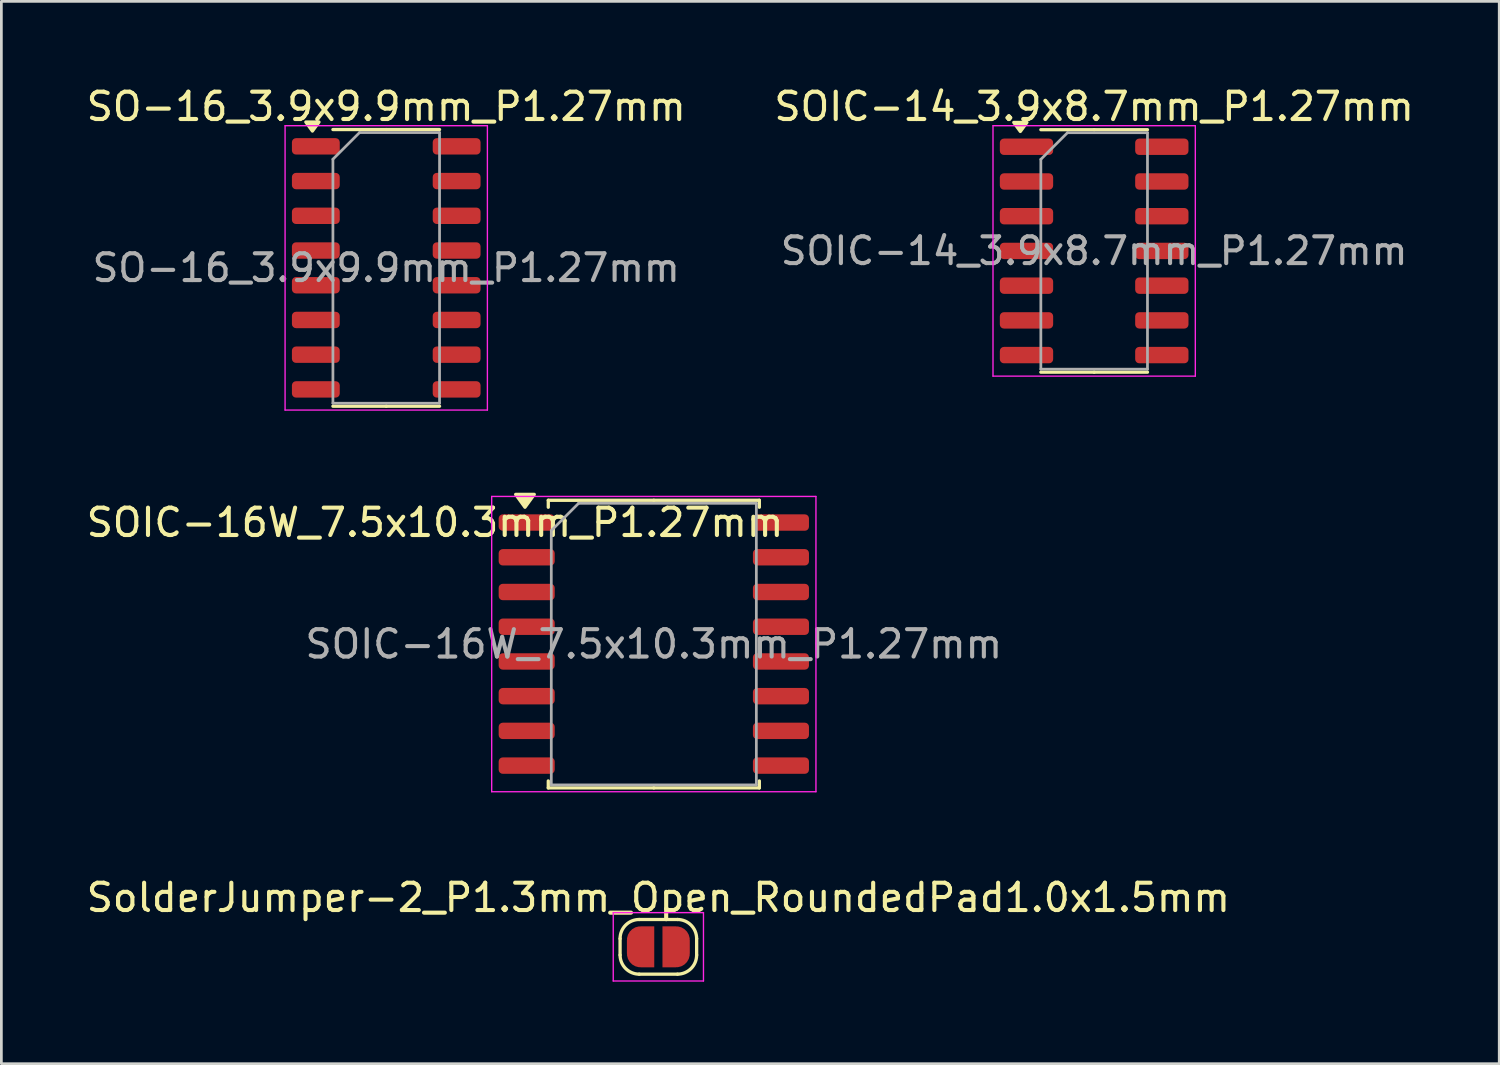
<source format=kicad_pcb>
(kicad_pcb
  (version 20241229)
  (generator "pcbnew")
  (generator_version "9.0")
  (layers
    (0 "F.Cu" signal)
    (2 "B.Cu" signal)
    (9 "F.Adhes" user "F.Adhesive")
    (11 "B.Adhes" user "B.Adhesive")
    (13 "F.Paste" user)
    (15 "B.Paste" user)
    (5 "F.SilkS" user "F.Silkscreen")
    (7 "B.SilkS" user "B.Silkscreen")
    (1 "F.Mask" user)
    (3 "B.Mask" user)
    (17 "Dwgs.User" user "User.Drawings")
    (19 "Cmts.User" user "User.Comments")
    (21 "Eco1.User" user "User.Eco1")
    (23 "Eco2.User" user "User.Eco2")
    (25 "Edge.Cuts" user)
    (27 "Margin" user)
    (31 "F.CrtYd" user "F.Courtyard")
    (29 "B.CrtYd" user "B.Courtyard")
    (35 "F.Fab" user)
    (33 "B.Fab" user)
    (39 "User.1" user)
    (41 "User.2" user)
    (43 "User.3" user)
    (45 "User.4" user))
  (footprint "SOIC-14_3.9x8.7mm_P1.27mm"
    (layer "F.Cu")
    (at 36.97 6.128)
    (property "Reference" "SOIC-14_3.9x8.7mm_P1.27mm" (at 0 -5.28 0) (layer "F.SilkS") (effects (font (size 1 1) (thickness 0.15))))
    (attr smd)
    (fp_line (start 0 -4.435) (end -1.95 -4.435) (stroke (width 0.12) (type solid)) (layer "F.SilkS"))
    (fp_line (start 0 -4.435) (end 1.95 -4.435) (stroke (width 0.12) (type solid)) (layer "F.SilkS"))
    (fp_line (start 0 4.435) (end -1.95 4.435) (stroke (width 0.12) (type solid)) (layer "F.SilkS"))
    (fp_line (start 0 4.435) (end 1.95 4.435) (stroke (width 0.12) (type solid)) (layer "F.SilkS"))
    (fp_poly (pts (xy -2.7 -4.37) (xy -2.94 -4.7) (xy -2.46 -4.7) (xy -2.7 -4.37)) (stroke (width 0.12) (type solid)) (fill yes) (layer "F.SilkS"))
    (fp_line (start -3.7 -4.58) (end -3.7 4.58) (stroke (width 0.05) (type solid)) (layer "F.CrtYd"))
    (fp_line (start -3.7 4.58) (end 3.7 4.58) (stroke (width 0.05) (type solid)) (layer "F.CrtYd"))
    (fp_line (start 3.7 -4.58) (end -3.7 -4.58) (stroke (width 0.05) (type solid)) (layer "F.CrtYd"))
    (fp_line (start 3.7 4.58) (end 3.7 -4.58) (stroke (width 0.05) (type solid)) (layer "F.CrtYd"))
    (fp_line (start -1.95 -3.35) (end -0.975 -4.325) (stroke (width 0.1) (type solid)) (layer "F.Fab"))
    (fp_line (start -1.95 4.325) (end -1.95 -3.35) (stroke (width 0.1) (type solid)) (layer "F.Fab"))
    (fp_line (start -0.975 -4.325) (end 1.95 -4.325) (stroke (width 0.1) (type solid)) (layer "F.Fab"))
    (fp_line (start 1.95 -4.325) (end 1.95 4.325) (stroke (width 0.1) (type solid)) (layer "F.Fab"))
    (fp_line (start 1.95 4.325) (end -1.95 4.325) (stroke (width 0.1) (type solid)) (layer "F.Fab"))
    (fp_text user "${REFERENCE}" (at 0 0 0) (layer "F.Fab") (effects (font (size 0.98 0.98) (thickness 0.15))))
    (pad "1" smd roundrect (at -2.475 -3.81) (size 1.95 0.6) (layers "F.Cu" "F.Mask" "F.Paste") (roundrect_rratio 0.25))
    (pad "2" smd roundrect (at -2.475 -2.54) (size 1.95 0.6) (layers "F.Cu" "F.Mask" "F.Paste") (roundrect_rratio 0.25))
    (pad "3" smd roundrect (at -2.475 -1.27) (size 1.95 0.6) (layers "F.Cu" "F.Mask" "F.Paste") (roundrect_rratio 0.25))
    (pad "4" smd roundrect (at -2.475 0) (size 1.95 0.6) (layers "F.Cu" "F.Mask" "F.Paste") (roundrect_rratio 0.25))
    (pad "5" smd roundrect (at -2.475 1.27) (size 1.95 0.6) (layers "F.Cu" "F.Mask" "F.Paste") (roundrect_rratio 0.25))
    (pad "6" smd roundrect (at -2.475 2.54) (size 1.95 0.6) (layers "F.Cu" "F.Mask" "F.Paste") (roundrect_rratio 0.25))
    (pad "7" smd roundrect (at -2.475 3.81) (size 1.95 0.6) (layers "F.Cu" "F.Mask" "F.Paste") (roundrect_rratio 0.25))
    (pad "8" smd roundrect (at 2.475 3.81) (size 1.95 0.6) (layers "F.Cu" "F.Mask" "F.Paste") (roundrect_rratio 0.25))
    (pad "9" smd roundrect (at 2.475 2.54) (size 1.95 0.6) (layers "F.Cu" "F.Mask" "F.Paste") (roundrect_rratio 0.25))
    (pad "10" smd roundrect (at 2.475 1.27) (size 1.95 0.6) (layers "F.Cu" "F.Mask" "F.Paste") (roundrect_rratio 0.25))
    (pad "11" smd roundrect (at 2.475 0) (size 1.95 0.6) (layers "F.Cu" "F.Mask" "F.Paste") (roundrect_rratio 0.25))
    (pad "12" smd roundrect (at 2.475 -1.27) (size 1.95 0.6) (layers "F.Cu" "F.Mask" "F.Paste") (roundrect_rratio 0.25))
    (pad "13" smd roundrect (at 2.475 -2.54) (size 1.95 0.6) (layers "F.Cu" "F.Mask" "F.Paste") (roundrect_rratio 0.25))
    (pad "14" smd roundrect (at 2.475 -3.81) (size 1.95 0.6) (layers "F.Cu" "F.Mask" "F.Paste") (roundrect_rratio 0.25)))
  (footprint "SolderJumper-2_P1.3mm_Open_RoundedPad1.0x1.5mm"
    (layer "F.Cu")
    (at 21.03 31.581)
    (property "Reference" "SolderJumper-2_P1.3mm_Open_RoundedPad1.0x1.5mm" (at 0 -1.8 0) (layer "F.SilkS") (effects (font (size 1 1) (thickness 0.15))))
    (attr exclude_from_pos_files exclude_from_bom)
    (fp_line (start -1.4 0.3) (end -1.4 -0.3) (stroke (width 0.12) (type solid)) (layer "F.SilkS"))
    (fp_line (start -0.7 -1) (end 0.7 -1) (stroke (width 0.12) (type solid)) (layer "F.SilkS"))
    (fp_line (start 0.7 1) (end -0.7 1) (stroke (width 0.12) (type solid)) (layer "F.SilkS"))
    (fp_line (start 1.4 -0.3) (end 1.4 0.3) (stroke (width 0.12) (type solid)) (layer "F.SilkS"))
    (fp_arc (start -1.4 -0.3) (mid -1.194975 -0.794975) (end -0.7 -1) (stroke (width 0.12) (type solid)) (layer "F.SilkS"))
    (fp_arc (start -0.7 1) (mid -1.194975 0.794975) (end -1.4 0.3) (stroke (width 0.12) (type solid)) (layer "F.SilkS"))
    (fp_arc (start 0.7 -1) (mid 1.194975 -0.794975) (end 1.4 -0.3) (stroke (width 0.12) (type solid)) (layer "F.SilkS"))
    (fp_arc (start 1.4 0.3) (mid 1.194975 0.794975) (end 0.7 1) (stroke (width 0.12) (type solid)) (layer "F.SilkS"))
    (fp_line (start -1.65 -1.25) (end -1.65 1.25) (stroke (width 0.05) (type solid)) (layer "F.CrtYd"))
    (fp_line (start -1.65 -1.25) (end 1.65 -1.25) (stroke (width 0.05) (type solid)) (layer "F.CrtYd"))
    (fp_line (start 1.65 1.25) (end -1.65 1.25) (stroke (width 0.05) (type solid)) (layer "F.CrtYd"))
    (fp_line (start 1.65 1.25) (end 1.65 -1.25) (stroke (width 0.05) (type solid)) (layer "F.CrtYd"))
    (pad "1" smd custom (at -0.65 0) (size 1 0.5) (layers "F.Cu" "F.Mask") (options (anchor rect)) (primitives (gr_circle (center 0 0.25) (end 0.5 0.25) (width 0) (fill yes)) (gr_circle (center 0 -0.25) (end 0.5 -0.25) (width 0) (fill yes)) (gr_poly (pts (xy 0.5 0.75) (xy 0 0.75) (xy 0 -0.75) (xy 0.5 -0.75)) (width 0) (fill yes))))
    (pad "2" smd custom (at 0.65 0) (size 1 0.5) (layers "F.Cu" "F.Mask") (options (anchor rect)) (primitives (gr_circle (center 0 0.25) (end 0.5 0.25) (width 0) (fill yes)) (gr_circle (center 0 -0.25) (end 0.5 -0.25) (width 0) (fill yes)) (gr_poly (pts (xy 0 0.75) (xy -0.5 0.75) (xy -0.5 -0.75) (xy 0 -0.75)) (width 0) (fill yes)))))
  (footprint "SOIC-16W_7.5x10.3mm_P1.27mm"
    (layer "F.Cu")
    (at 20.864 20.508)
    (property "Reference" "SOIC-16W_7.5x10.3mm_P1.27mm" (at -8.001 -4.445 180) (layer "F.SilkS") (effects (font (size 1 1) (thickness 0.15))))
    (attr smd)
    (fp_line (start -3.86 -5.26) (end -3.86 -5.005) (stroke (width 0.12) (type solid)) (layer "F.SilkS"))
    (fp_line (start -3.86 5.26) (end -3.86 5.005) (stroke (width 0.12) (type solid)) (layer "F.SilkS"))
    (fp_line (start 0 -5.26) (end -3.86 -5.26) (stroke (width 0.12) (type solid)) (layer "F.SilkS"))
    (fp_line (start 0 -5.26) (end 3.86 -5.26) (stroke (width 0.12) (type solid)) (layer "F.SilkS"))
    (fp_line (start 0 5.26) (end -3.86 5.26) (stroke (width 0.12) (type solid)) (layer "F.SilkS"))
    (fp_line (start 0 5.26) (end 3.86 5.26) (stroke (width 0.12) (type solid)) (layer "F.SilkS"))
    (fp_line (start 3.86 -5.26) (end 3.86 -5.005) (stroke (width 0.12) (type solid)) (layer "F.SilkS"))
    (fp_line (start 3.86 5.26) (end 3.86 5.005) (stroke (width 0.12) (type solid)) (layer "F.SilkS"))
    (fp_poly (pts (xy -4.713 -5.005) (xy -5.053 -5.475) (xy -4.372 -5.475) (xy -4.713 -5.005)) (stroke (width 0.12) (type solid)) (fill yes) (layer "F.SilkS"))
    (fp_line (start -5.93 -5.4) (end -5.93 5.4) (stroke (width 0.05) (type solid)) (layer "F.CrtYd"))
    (fp_line (start -5.93 5.4) (end 5.93 5.4) (stroke (width 0.05) (type solid)) (layer "F.CrtYd"))
    (fp_line (start 5.93 -5.4) (end -5.93 -5.4) (stroke (width 0.05) (type solid)) (layer "F.CrtYd"))
    (fp_line (start 5.93 5.4) (end 5.93 -5.4) (stroke (width 0.05) (type solid)) (layer "F.CrtYd"))
    (fp_line (start -3.75 -4.15) (end -2.75 -5.15) (stroke (width 0.1) (type solid)) (layer "F.Fab"))
    (fp_line (start -3.75 5.15) (end -3.75 -4.15) (stroke (width 0.1) (type solid)) (layer "F.Fab"))
    (fp_line (start -2.75 -5.15) (end 3.75 -5.15) (stroke (width 0.1) (type solid)) (layer "F.Fab"))
    (fp_line (start 3.75 -5.15) (end 3.75 5.15) (stroke (width 0.1) (type solid)) (layer "F.Fab"))
    (fp_line (start 3.75 5.15) (end -3.75 5.15) (stroke (width 0.1) (type solid)) (layer "F.Fab"))
    (fp_text user "${REFERENCE}" (at 0 0 0) (layer "F.Fab") (effects (font (size 1 1) (thickness 0.15))))
    (pad "1" smd roundrect (at -4.65 -4.445) (size 2.05 0.6) (layers "F.Cu" "F.Mask" "F.Paste") (roundrect_rratio 0.25))
    (pad "2" smd roundrect (at -4.65 -3.175) (size 2.05 0.6) (layers "F.Cu" "F.Mask" "F.Paste") (roundrect_rratio 0.25))
    (pad "3" smd roundrect (at -4.65 -1.905) (size 2.05 0.6) (layers "F.Cu" "F.Mask" "F.Paste") (roundrect_rratio 0.25))
    (pad "4" smd roundrect (at -4.65 -0.635) (size 2.05 0.6) (layers "F.Cu" "F.Mask" "F.Paste") (roundrect_rratio 0.25))
    (pad "5" smd roundrect (at -4.65 0.635) (size 2.05 0.6) (layers "F.Cu" "F.Mask" "F.Paste") (roundrect_rratio 0.25))
    (pad "6" smd roundrect (at -4.65 1.905) (size 2.05 0.6) (layers "F.Cu" "F.Mask" "F.Paste") (roundrect_rratio 0.25))
    (pad "7" smd roundrect (at -4.65 3.175) (size 2.05 0.6) (layers "F.Cu" "F.Mask" "F.Paste") (roundrect_rratio 0.25))
    (pad "8" smd roundrect (at -4.65 4.445) (size 2.05 0.6) (layers "F.Cu" "F.Mask" "F.Paste") (roundrect_rratio 0.25))
    (pad "9" smd roundrect (at 4.65 4.445) (size 2.05 0.6) (layers "F.Cu" "F.Mask" "F.Paste") (roundrect_rratio 0.25))
    (pad "10" smd roundrect (at 4.65 3.175) (size 2.05 0.6) (layers "F.Cu" "F.Mask" "F.Paste") (roundrect_rratio 0.25))
    (pad "11" smd roundrect (at 4.65 1.905) (size 2.05 0.6) (layers "F.Cu" "F.Mask" "F.Paste") (roundrect_rratio 0.25))
    (pad "12" smd roundrect (at 4.65 0.635) (size 2.05 0.6) (layers "F.Cu" "F.Mask" "F.Paste") (roundrect_rratio 0.25))
    (pad "13" smd roundrect (at 4.65 -0.635) (size 2.05 0.6) (layers "F.Cu" "F.Mask" "F.Paste") (roundrect_rratio 0.25))
    (pad "14" smd roundrect (at 4.65 -1.905) (size 2.05 0.6) (layers "F.Cu" "F.Mask" "F.Paste") (roundrect_rratio 0.25))
    (pad "15" smd roundrect (at 4.65 -3.175) (size 2.05 0.6) (layers "F.Cu" "F.Mask" "F.Paste") (roundrect_rratio 0.25))
    (pad "16" smd roundrect (at 4.65 -4.445) (size 2.05 0.6) (layers "F.Cu" "F.Mask" "F.Paste") (roundrect_rratio 0.25)))
  (footprint "SO-16_3.9x9.9mm_P1.27mm"
    (layer "F.Cu")
    (at 11.077 6.748)
    (property "Reference" "SO-16_3.9x9.9mm_P1.27mm" (at 0 -5.9 180) (layer "F.SilkS") (effects (font (size 1 1) (thickness 0.15))))
    (attr smd)
    (fp_line (start 0 -5.06) (end -1.95 -5.06) (stroke (width 0.12) (type solid)) (layer "F.SilkS"))
    (fp_line (start 0 -5.06) (end 1.95 -5.06) (stroke (width 0.12) (type solid)) (layer "F.SilkS"))
    (fp_line (start 0 5.06) (end -1.95 5.06) (stroke (width 0.12) (type solid)) (layer "F.SilkS"))
    (fp_line (start 0 5.06) (end 1.95 5.06) (stroke (width 0.12) (type solid)) (layer "F.SilkS"))
    (fp_poly (pts (xy -2.7 -5.005) (xy -2.94 -5.335) (xy -2.46 -5.335) (xy -2.7 -5.005)) (stroke (width 0.12) (type solid)) (fill yes) (layer "F.SilkS"))
    (fp_line (start -3.7 -5.2) (end -3.7 5.2) (stroke (width 0.05) (type solid)) (layer "F.CrtYd"))
    (fp_line (start -3.7 5.2) (end 3.7 5.2) (stroke (width 0.05) (type solid)) (layer "F.CrtYd"))
    (fp_line (start 3.7 -5.2) (end -3.7 -5.2) (stroke (width 0.05) (type solid)) (layer "F.CrtYd"))
    (fp_line (start 3.7 5.2) (end 3.7 -5.2) (stroke (width 0.05) (type solid)) (layer "F.CrtYd"))
    (fp_line (start -1.95 -3.975) (end -0.975 -4.95) (stroke (width 0.1) (type solid)) (layer "F.Fab"))
    (fp_line (start -1.95 4.95) (end -1.95 -3.975) (stroke (width 0.1) (type solid)) (layer "F.Fab"))
    (fp_line (start -0.975 -4.95) (end 1.95 -4.95) (stroke (width 0.1) (type solid)) (layer "F.Fab"))
    (fp_line (start 1.95 -4.95) (end 1.95 4.95) (stroke (width 0.1) (type solid)) (layer "F.Fab"))
    (fp_line (start 1.95 4.95) (end -1.95 4.95) (stroke (width 0.1) (type solid)) (layer "F.Fab"))
    (fp_text user "${REFERENCE}" (at 0 0 180) (layer "F.Fab") (effects (font (size 0.98 0.98) (thickness 0.15))))
    (pad "1" smd roundrect (at -2.575 -4.445) (size 1.75 0.6) (layers "F.Cu" "F.Mask" "F.Paste") (roundrect_rratio 0.25))
    (pad "2" smd roundrect (at -2.575 -3.175) (size 1.75 0.6) (layers "F.Cu" "F.Mask" "F.Paste") (roundrect_rratio 0.25))
    (pad "3" smd roundrect (at -2.575 -1.905) (size 1.75 0.6) (layers "F.Cu" "F.Mask" "F.Paste") (roundrect_rratio 0.25))
    (pad "4" smd roundrect (at -2.575 -0.635) (size 1.75 0.6) (layers "F.Cu" "F.Mask" "F.Paste") (roundrect_rratio 0.25))
    (pad "5" smd roundrect (at -2.575 0.635) (size 1.75 0.6) (layers "F.Cu" "F.Mask" "F.Paste") (roundrect_rratio 0.25))
    (pad "6" smd roundrect (at -2.575 1.905) (size 1.75 0.6) (layers "F.Cu" "F.Mask" "F.Paste") (roundrect_rratio 0.25))
    (pad "7" smd roundrect (at -2.575 3.175) (size 1.75 0.6) (layers "F.Cu" "F.Mask" "F.Paste") (roundrect_rratio 0.25))
    (pad "8" smd roundrect (at -2.575 4.445) (size 1.75 0.6) (layers "F.Cu" "F.Mask" "F.Paste") (roundrect_rratio 0.25))
    (pad "9" smd roundrect (at 2.575 4.445) (size 1.75 0.6) (layers "F.Cu" "F.Mask" "F.Paste") (roundrect_rratio 0.25))
    (pad "10" smd roundrect (at 2.575 3.175) (size 1.75 0.6) (layers "F.Cu" "F.Mask" "F.Paste") (roundrect_rratio 0.25))
    (pad "11" smd roundrect (at 2.575 1.905) (size 1.75 0.6) (layers "F.Cu" "F.Mask" "F.Paste") (roundrect_rratio 0.25))
    (pad "12" smd roundrect (at 2.575 0.635) (size 1.75 0.6) (layers "F.Cu" "F.Mask" "F.Paste") (roundrect_rratio 0.25))
    (pad "13" smd roundrect (at 2.575 -0.635) (size 1.75 0.6) (layers "F.Cu" "F.Mask" "F.Paste") (roundrect_rratio 0.25))
    (pad "14" smd roundrect (at 2.575 -1.905) (size 1.75 0.6) (layers "F.Cu" "F.Mask" "F.Paste") (roundrect_rratio 0.25))
    (pad "15" smd roundrect (at 2.575 -3.175) (size 1.75 0.6) (layers "F.Cu" "F.Mask" "F.Paste") (roundrect_rratio 0.25))
    (pad "16" smd roundrect (at 2.575 -4.445) (size 1.75 0.6) (layers "F.Cu" "F.Mask" "F.Paste") (roundrect_rratio 0.25)))
  (gr_rect
    (start -3 -3)
    (end 51.786 35.856)
    (stroke (width 0.1) (type default))
    (fill no)
    (layer "Edge.Cuts")))
</source>
